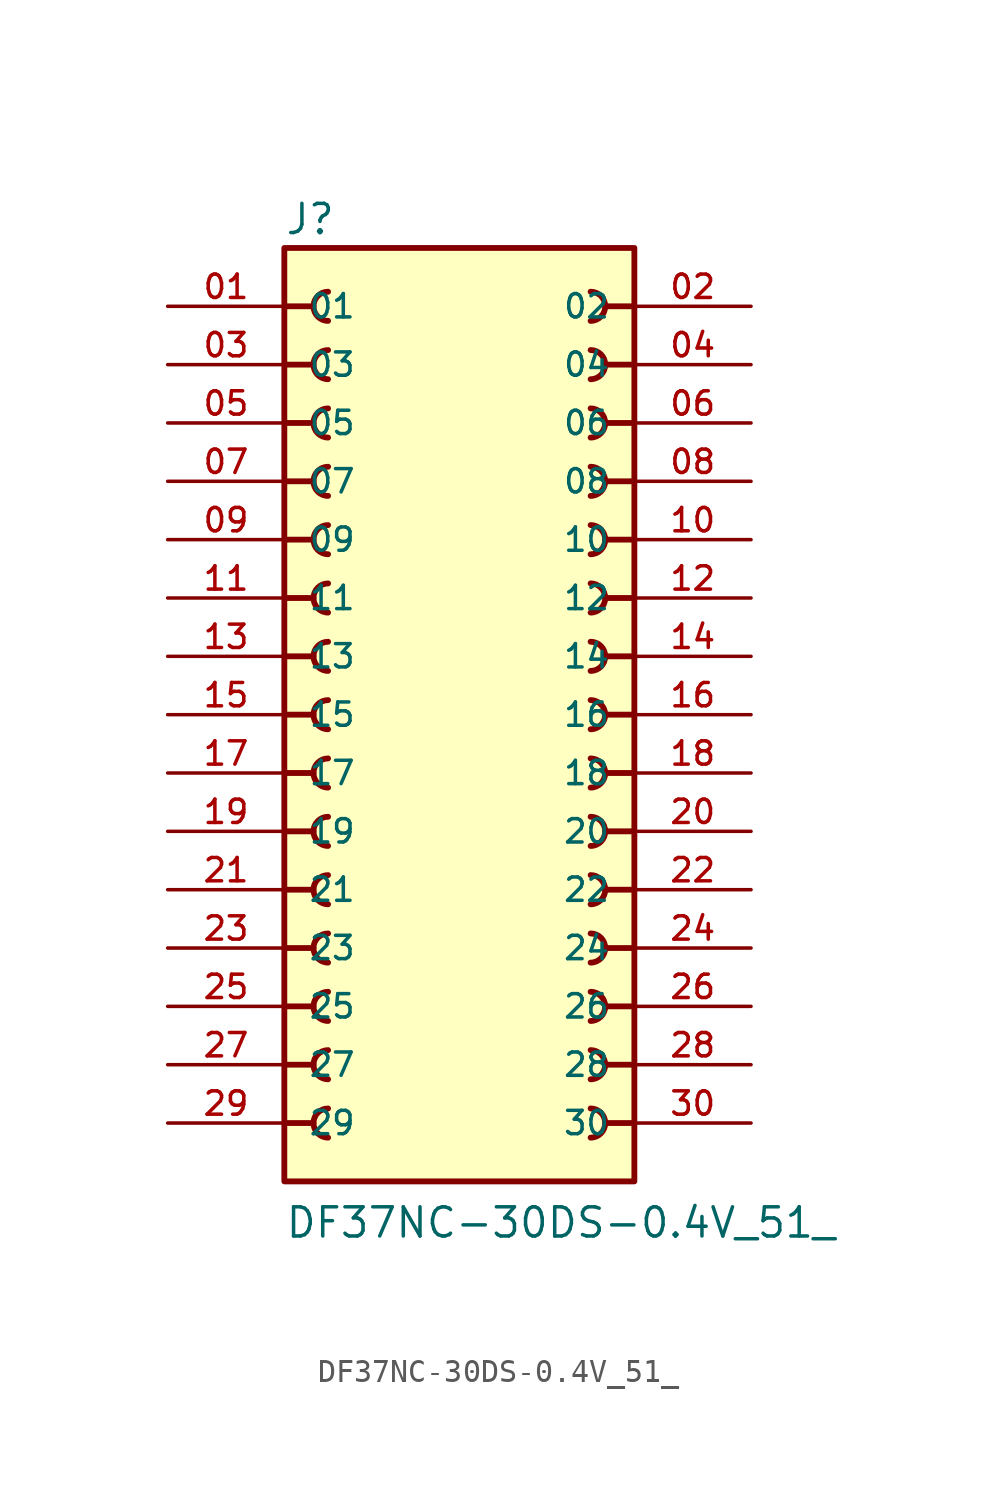
<source format=kicad_sym>
(kicad_symbol_lib
  (version 20231120)
  (generator "kicad_symbol_editor")
  (generator_version "8.0")
  (symbol "DF37NC-30DS-0.4V_51_"
    (pin_names
      (offset 1.016))
    (property "Reference" "J"
      (at -7.62 20.828 0)
      (effects (font (size 1.27 1.27)) (justify left bottom)))
    (property "Value" "DF37NC-30DS-0.4V_51_"
      (at -7.62 -22.86 0)
      (effects (font (size 1.27 1.27)) (justify left bottom)))
    (symbol "DF37NC-30DS-0.4V_51__0_0"
      (rectangle (start -7.62 -20.32) (end 7.62 20.32) (stroke (width 0.254) (type default)) (fill (type background)))
      (arc (start -5.715 -17.145) (mid -6.3472 -17.78) (end -5.715 -18.415) (stroke (width 0.254) (type default)) (fill (type none)))
      (arc (start -5.715 -14.605) (mid -6.3472 -15.24) (end -5.715 -15.875) (stroke (width 0.254) (type default)) (fill (type none)))
      (arc (start -5.715 -12.065) (mid -6.3472 -12.7) (end -5.715 -13.335) (stroke (width 0.254) (type default)) (fill (type none)))
      (arc (start -5.715 -9.525) (mid -6.3472 -10.16) (end -5.715 -10.795) (stroke (width 0.254) (type default)) (fill (type none)))
      (arc (start -5.715 -6.985) (mid -6.3472 -7.62) (end -5.715 -8.255) (stroke (width 0.254) (type default)) (fill (type none)))
      (arc (start -5.715 -4.445) (mid -6.3472 -5.08) (end -5.715 -5.715) (stroke (width 0.254) (type default)) (fill (type none)))
      (arc (start -5.715 -1.905) (mid -6.3472 -2.54) (end -5.715 -3.175) (stroke (width 0.254) (type default)) (fill (type none)))
      (arc (start -5.715 0.635) (mid -6.3472 0) (end -5.715 -0.635) (stroke (width 0.254) (type default)) (fill (type none)))
      (arc (start -5.715 3.175) (mid -6.3472 2.54) (end -5.715 1.905) (stroke (width 0.254) (type default)) (fill (type none)))
      (arc (start -5.715 5.715) (mid -6.3472 5.08) (end -5.715 4.445) (stroke (width 0.254) (type default)) (fill (type none)))
      (arc (start -5.715 8.255) (mid -6.3472 7.62) (end -5.715 6.985) (stroke (width 0.254) (type default)) (fill (type none)))
      (arc (start -5.715 10.795) (mid -6.3472 10.16) (end -5.715 9.525) (stroke (width 0.254) (type default)) (fill (type none)))
      (arc (start -5.715 13.335) (mid -6.3472 12.7) (end -5.715 12.065) (stroke (width 0.254) (type default)) (fill (type none)))
      (arc (start -5.715 15.875) (mid -6.3472 15.24) (end -5.715 14.605) (stroke (width 0.254) (type default)) (fill (type none)))
      (arc (start -5.715 18.415) (mid -6.3472 17.78) (end -5.715 17.145) (stroke (width 0.254) (type default)) (fill (type none)))
      (polyline (pts (xy -7.62 -17.78) (xy -6.35 -17.78)) (stroke (width 0.254) (type default)) (fill (type none)))
      (polyline (pts (xy -7.62 -15.24) (xy -6.35 -15.24)) (stroke (width 0.254) (type default)) (fill (type none)))
      (polyline (pts (xy -7.62 -12.7) (xy -6.35 -12.7)) (stroke (width 0.254) (type default)) (fill (type none)))
      (polyline (pts (xy -7.62 -10.16) (xy -6.35 -10.16)) (stroke (width 0.254) (type default)) (fill (type none)))
      (polyline (pts (xy -7.62 -7.62) (xy -6.35 -7.62)) (stroke (width 0.254) (type default)) (fill (type none)))
      (polyline (pts (xy -7.62 -5.08) (xy -6.35 -5.08)) (stroke (width 0.254) (type default)) (fill (type none)))
      (polyline (pts (xy -7.62 -2.54) (xy -6.35 -2.54)) (stroke (width 0.254) (type default)) (fill (type none)))
      (polyline (pts (xy -7.62 0) (xy -6.35 0)) (stroke (width 0.254) (type default)) (fill (type none)))
      (polyline (pts (xy -7.62 2.54) (xy -6.35 2.54)) (stroke (width 0.254) (type default)) (fill (type none)))
      (polyline (pts (xy -7.62 5.08) (xy -6.35 5.08)) (stroke (width 0.254) (type default)) (fill (type none)))
      (polyline (pts (xy -7.62 7.62) (xy -6.35 7.62)) (stroke (width 0.254) (type default)) (fill (type none)))
      (polyline (pts (xy -7.62 10.16) (xy -6.35 10.16)) (stroke (width 0.254) (type default)) (fill (type none)))
      (polyline (pts (xy -7.62 12.7) (xy -6.35 12.7)) (stroke (width 0.254) (type default)) (fill (type none)))
      (polyline (pts (xy -7.62 15.24) (xy -6.35 15.24)) (stroke (width 0.254) (type default)) (fill (type none)))
      (polyline (pts (xy -7.62 17.78) (xy -6.35 17.78)) (stroke (width 0.254) (type default)) (fill (type none)))
      (polyline (pts (xy 7.62 -17.78) (xy 6.35 -17.78)) (stroke (width 0.254) (type default)) (fill (type none)))
      (polyline (pts (xy 7.62 -15.24) (xy 6.35 -15.24)) (stroke (width 0.254) (type default)) (fill (type none)))
      (polyline (pts (xy 7.62 -12.7) (xy 6.35 -12.7)) (stroke (width 0.254) (type default)) (fill (type none)))
      (polyline (pts (xy 7.62 -10.16) (xy 6.35 -10.16)) (stroke (width 0.254) (type default)) (fill (type none)))
      (polyline (pts (xy 7.62 -7.62) (xy 6.35 -7.62)) (stroke (width 0.254) (type default)) (fill (type none)))
      (polyline (pts (xy 7.62 -5.08) (xy 6.35 -5.08)) (stroke (width 0.254) (type default)) (fill (type none)))
      (polyline (pts (xy 7.62 -2.54) (xy 6.35 -2.54)) (stroke (width 0.254) (type default)) (fill (type none)))
      (polyline (pts (xy 7.62 0) (xy 6.35 0)) (stroke (width 0.254) (type default)) (fill (type none)))
      (polyline (pts (xy 7.62 2.54) (xy 6.35 2.54)) (stroke (width 0.254) (type default)) (fill (type none)))
      (polyline (pts (xy 7.62 5.08) (xy 6.35 5.08)) (stroke (width 0.254) (type default)) (fill (type none)))
      (polyline (pts (xy 7.62 7.62) (xy 6.35 7.62)) (stroke (width 0.254) (type default)) (fill (type none)))
      (polyline (pts (xy 7.62 10.16) (xy 6.35 10.16)) (stroke (width 0.254) (type default)) (fill (type none)))
      (polyline (pts (xy 7.62 12.7) (xy 6.35 12.7)) (stroke (width 0.254) (type default)) (fill (type none)))
      (polyline (pts (xy 7.62 15.24) (xy 6.35 15.24)) (stroke (width 0.254) (type default)) (fill (type none)))
      (polyline (pts (xy 7.62 17.78) (xy 6.35 17.78)) (stroke (width 0.254) (type default)) (fill (type none)))
      (arc (start 5.715 -18.415) (mid 6.3472 -17.78) (end 5.715 -17.145) (stroke (width 0.254) (type default)) (fill (type none)))
      (arc (start 5.715 -15.875) (mid 6.3472 -15.24) (end 5.715 -14.605) (stroke (width 0.254) (type default)) (fill (type none)))
      (arc (start 5.715 -13.335) (mid 6.3472 -12.7) (end 5.715 -12.065) (stroke (width 0.254) (type default)) (fill (type none)))
      (arc (start 5.715 -10.795) (mid 6.3472 -10.16) (end 5.715 -9.525) (stroke (width 0.254) (type default)) (fill (type none)))
      (arc (start 5.715 -8.255) (mid 6.3472 -7.62) (end 5.715 -6.985) (stroke (width 0.254) (type default)) (fill (type none)))
      (arc (start 5.715 -5.715) (mid 6.3472 -5.08) (end 5.715 -4.445) (stroke (width 0.254) (type default)) (fill (type none)))
      (arc (start 5.715 -3.175) (mid 6.3472 -2.54) (end 5.715 -1.905) (stroke (width 0.254) (type default)) (fill (type none)))
      (arc (start 5.715 -0.635) (mid 6.3472 0) (end 5.715 0.635) (stroke (width 0.254) (type default)) (fill (type none)))
      (arc (start 5.715 1.905) (mid 6.3472 2.54) (end 5.715 3.175) (stroke (width 0.254) (type default)) (fill (type none)))
      (arc (start 5.715 4.445) (mid 6.3472 5.08) (end 5.715 5.715) (stroke (width 0.254) (type default)) (fill (type none)))
      (arc (start 5.715 6.985) (mid 6.3472 7.62) (end 5.715 8.255) (stroke (width 0.254) (type default)) (fill (type none)))
      (arc (start 5.715 9.525) (mid 6.3472 10.16) (end 5.715 10.795) (stroke (width 0.254) (type default)) (fill (type none)))
      (arc (start 5.715 12.065) (mid 6.3472 12.7) (end 5.715 13.335) (stroke (width 0.254) (type default)) (fill (type none)))
      (arc (start 5.715 14.605) (mid 6.3472 15.24) (end 5.715 15.875) (stroke (width 0.254) (type default)) (fill (type none)))
      (arc (start 5.715 17.145) (mid 6.3472 17.78) (end 5.715 18.415) (stroke (width 0.254) (type default)) (fill (type none)))
      (pin passive line (at -12.7 17.78 0) (length 5.08) (name "01" (effects (font (size 1.016 1.016)))) (number "01" (effects (font (size 1.016 1.016)))))
      (pin passive line (at 12.7 17.78 180) (length 5.08) (name "02" (effects (font (size 1.016 1.016)))) (number "02" (effects (font (size 1.016 1.016)))))
      (pin passive line (at -12.7 15.24 0) (length 5.08) (name "03" (effects (font (size 1.016 1.016)))) (number "03" (effects (font (size 1.016 1.016)))))
      (pin passive line (at 12.7 15.24 180) (length 5.08) (name "04" (effects (font (size 1.016 1.016)))) (number "04" (effects (font (size 1.016 1.016)))))
      (pin passive line (at -12.7 12.7 0) (length 5.08) (name "05" (effects (font (size 1.016 1.016)))) (number "05" (effects (font (size 1.016 1.016)))))
      (pin passive line (at 12.7 12.7 180) (length 5.08) (name "06" (effects (font (size 1.016 1.016)))) (number "06" (effects (font (size 1.016 1.016)))))
      (pin passive line (at -12.7 10.16 0) (length 5.08) (name "07" (effects (font (size 1.016 1.016)))) (number "07" (effects (font (size 1.016 1.016)))))
      (pin passive line (at 12.7 10.16 180) (length 5.08) (name "08" (effects (font (size 1.016 1.016)))) (number "08" (effects (font (size 1.016 1.016)))))
      (pin passive line (at -12.7 7.62 0) (length 5.08) (name "09" (effects (font (size 1.016 1.016)))) (number "09" (effects (font (size 1.016 1.016)))))
      (pin passive line (at 12.7 7.62 180) (length 5.08) (name "10" (effects (font (size 1.016 1.016)))) (number "10" (effects (font (size 1.016 1.016)))))
      (pin passive line (at -12.7 5.08 0) (length 5.08) (name "11" (effects (font (size 1.016 1.016)))) (number "11" (effects (font (size 1.016 1.016)))))
      (pin passive line (at 12.7 5.08 180) (length 5.08) (name "12" (effects (font (size 1.016 1.016)))) (number "12" (effects (font (size 1.016 1.016)))))
      (pin passive line (at -12.7 2.54 0) (length 5.08) (name "13" (effects (font (size 1.016 1.016)))) (number "13" (effects (font (size 1.016 1.016)))))
      (pin passive line (at 12.7 2.54 180) (length 5.08) (name "14" (effects (font (size 1.016 1.016)))) (number "14" (effects (font (size 1.016 1.016)))))
      (pin passive line (at -12.7 0 0) (length 5.08) (name "15" (effects (font (size 1.016 1.016)))) (number "15" (effects (font (size 1.016 1.016)))))
      (pin passive line (at 12.7 0 180) (length 5.08) (name "16" (effects (font (size 1.016 1.016)))) (number "16" (effects (font (size 1.016 1.016)))))
      (pin passive line (at -12.7 -2.54 0) (length 5.08) (name "17" (effects (font (size 1.016 1.016)))) (number "17" (effects (font (size 1.016 1.016)))))
      (pin passive line (at 12.7 -2.54 180) (length 5.08) (name "18" (effects (font (size 1.016 1.016)))) (number "18" (effects (font (size 1.016 1.016)))))
      (pin passive line (at -12.7 -5.08 0) (length 5.08) (name "19" (effects (font (size 1.016 1.016)))) (number "19" (effects (font (size 1.016 1.016)))))
      (pin passive line (at 12.7 -5.08 180) (length 5.08) (name "20" (effects (font (size 1.016 1.016)))) (number "20" (effects (font (size 1.016 1.016)))))
      (pin passive line (at -12.7 -7.62 0) (length 5.08) (name "21" (effects (font (size 1.016 1.016)))) (number "21" (effects (font (size 1.016 1.016)))))
      (pin passive line (at 12.7 -7.62 180) (length 5.08) (name "22" (effects (font (size 1.016 1.016)))) (number "22" (effects (font (size 1.016 1.016)))))
      (pin passive line (at -12.7 -10.16 0) (length 5.08) (name "23" (effects (font (size 1.016 1.016)))) (number "23" (effects (font (size 1.016 1.016)))))
      (pin passive line (at 12.7 -10.16 180) (length 5.08) (name "24" (effects (font (size 1.016 1.016)))) (number "24" (effects (font (size 1.016 1.016)))))
      (pin passive line (at -12.7 -12.7 0) (length 5.08) (name "25" (effects (font (size 1.016 1.016)))) (number "25" (effects (font (size 1.016 1.016)))))
      (pin passive line (at 12.7 -12.7 180) (length 5.08) (name "26" (effects (font (size 1.016 1.016)))) (number "26" (effects (font (size 1.016 1.016)))))
      (pin passive line (at -12.7 -15.24 0) (length 5.08) (name "27" (effects (font (size 1.016 1.016)))) (number "27" (effects (font (size 1.016 1.016)))))
      (pin passive line (at 12.7 -15.24 180) (length 5.08) (name "28" (effects (font (size 1.016 1.016)))) (number "28" (effects (font (size 1.016 1.016)))))
      (pin passive line (at -12.7 -17.78 0) (length 5.08) (name "29" (effects (font (size 1.016 1.016)))) (number "29" (effects (font (size 1.016 1.016)))))
      (pin passive line (at 12.7 -17.78 180) (length 5.08) (name "30" (effects (font (size 1.016 1.016)))) (number "30" (effects (font (size 1.016 1.016))))))))
</source>
